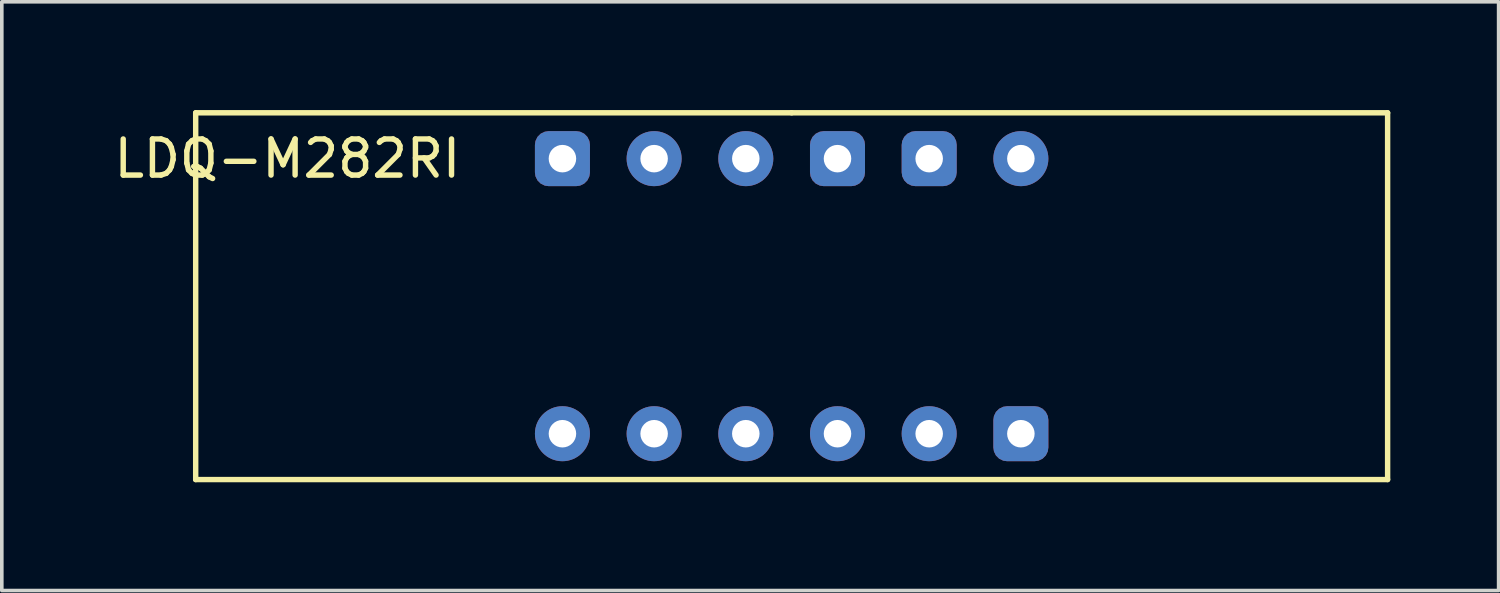
<source format=kicad_pcb>
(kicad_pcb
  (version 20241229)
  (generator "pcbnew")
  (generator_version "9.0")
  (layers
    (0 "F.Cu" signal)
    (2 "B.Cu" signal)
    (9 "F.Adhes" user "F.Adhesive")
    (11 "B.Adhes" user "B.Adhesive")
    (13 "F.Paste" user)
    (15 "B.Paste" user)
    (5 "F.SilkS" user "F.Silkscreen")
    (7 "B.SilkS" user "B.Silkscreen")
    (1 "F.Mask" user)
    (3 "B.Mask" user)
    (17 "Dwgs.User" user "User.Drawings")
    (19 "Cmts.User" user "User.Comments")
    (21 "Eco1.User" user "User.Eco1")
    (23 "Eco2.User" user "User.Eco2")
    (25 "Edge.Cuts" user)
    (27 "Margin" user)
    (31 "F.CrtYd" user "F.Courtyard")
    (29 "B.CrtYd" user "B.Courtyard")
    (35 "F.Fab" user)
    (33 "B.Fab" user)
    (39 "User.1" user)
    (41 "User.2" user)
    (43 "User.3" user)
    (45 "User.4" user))
  (footprint "LDQ-M282RI"
    (layer "F.Cu")
    (at 18.881 5.155)
    (property "Reference" "LDQ-M282RI" (at -13.97 -3.81 0) (layer "F.SilkS") (effects (font (size 1 1) (thickness 0.15))))
    (attr through_hole)
    (fp_line (start -16.51 -5.08) (end 0 -5.08) (stroke (width 0.15) (type solid)) (layer "F.SilkS"))
    (fp_line (start -16.51 5.08) (end -16.51 -5.08) (stroke (width 0.15) (type solid)) (layer "F.SilkS"))
    (fp_line (start 0 -5.08) (end 16.51 -5.08) (stroke (width 0.15) (type solid)) (layer "F.SilkS"))
    (fp_line (start 16.51 -5.08) (end 16.51 5.08) (stroke (width 0.15) (type solid)) (layer "F.SilkS"))
    (fp_line (start 16.51 5.08) (end -16.51 5.08) (stroke (width 0.15) (type solid)) (layer "F.SilkS"))
    (pad "1" thru_hole circle (at -6.35 3.81) (size 1.524 1.524) (drill 0.762) (layers "*.Cu" "*.Mask"))
    (pad "2" thru_hole circle (at -3.81 3.81) (size 1.524 1.524) (drill 0.762) (layers "*.Cu" "*.Mask"))
    (pad "3" thru_hole circle (at -1.27 3.81) (size 1.524 1.524) (drill 0.762) (layers "*.Cu" "*.Mask"))
    (pad "4" thru_hole circle (at 1.27 3.81) (size 1.524 1.524) (drill 0.762) (layers "*.Cu" "*.Mask"))
    (pad "5" thru_hole circle (at 3.81 3.81) (size 1.524 1.524) (drill 0.762) (layers "*.Cu" "*.Mask"))
    (pad "6" thru_hole roundrect (at 6.35 3.81) (size 1.524 1.524) (drill 0.762) (layers "*.Cu" "*.Mask") (roundrect_rratio 0.25))
    (pad "7" thru_hole circle (at 6.35 -3.81) (size 1.524 1.524) (drill 0.762) (layers "*.Cu" "*.Mask"))
    (pad "8" thru_hole roundrect (at 3.81 -3.81) (size 1.524 1.524) (drill 0.762) (layers "*.Cu" "*.Mask") (roundrect_rratio 0.25))
    (pad "9" thru_hole roundrect (at 1.27 -3.81) (size 1.524 1.524) (drill 0.762) (layers "*.Cu" "*.Mask") (roundrect_rratio 0.25))
    (pad "10" thru_hole circle (at -1.27 -3.81) (size 1.524 1.524) (drill 0.762) (layers "*.Cu" "*.Mask"))
    (pad "11" thru_hole circle (at -3.81 -3.81) (size 1.524 1.524) (drill 0.762) (layers "*.Cu" "*.Mask"))
    (pad "12" thru_hole roundrect (at -6.35 -3.81) (size 1.524 1.524) (drill 0.762) (layers "*.Cu" "*.Mask") (roundrect_rratio 0.25)))
  (gr_rect
    (start -3 -3)
    (end 38.466 13.31)
    (stroke (width 0.1) (type default))
    (fill no)
    (layer "Edge.Cuts")))
</source>
